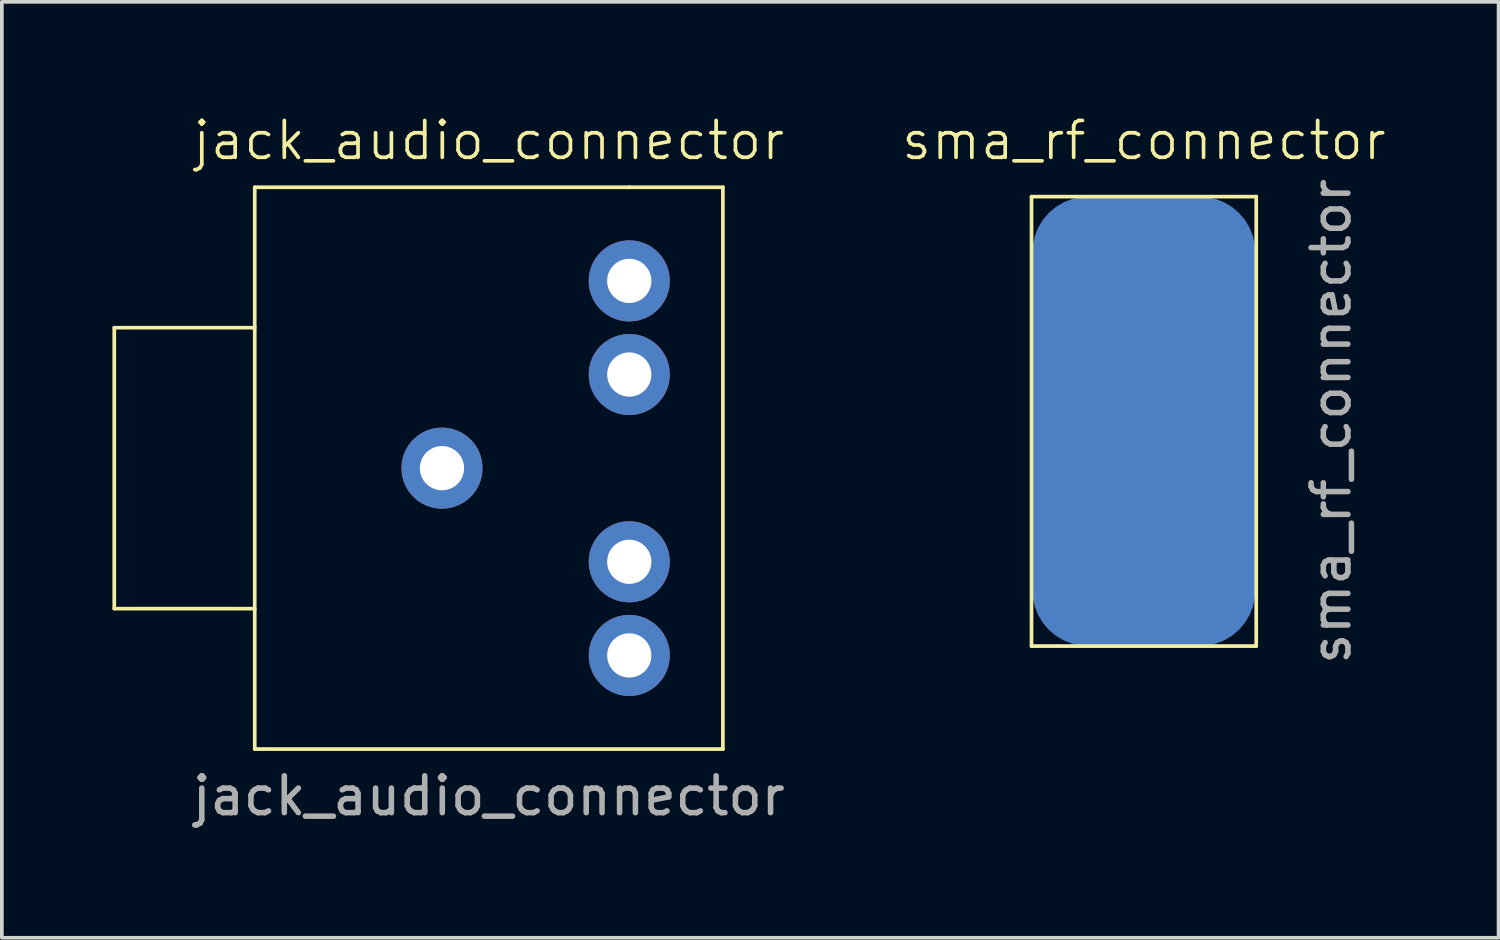
<source format=kicad_pcb>
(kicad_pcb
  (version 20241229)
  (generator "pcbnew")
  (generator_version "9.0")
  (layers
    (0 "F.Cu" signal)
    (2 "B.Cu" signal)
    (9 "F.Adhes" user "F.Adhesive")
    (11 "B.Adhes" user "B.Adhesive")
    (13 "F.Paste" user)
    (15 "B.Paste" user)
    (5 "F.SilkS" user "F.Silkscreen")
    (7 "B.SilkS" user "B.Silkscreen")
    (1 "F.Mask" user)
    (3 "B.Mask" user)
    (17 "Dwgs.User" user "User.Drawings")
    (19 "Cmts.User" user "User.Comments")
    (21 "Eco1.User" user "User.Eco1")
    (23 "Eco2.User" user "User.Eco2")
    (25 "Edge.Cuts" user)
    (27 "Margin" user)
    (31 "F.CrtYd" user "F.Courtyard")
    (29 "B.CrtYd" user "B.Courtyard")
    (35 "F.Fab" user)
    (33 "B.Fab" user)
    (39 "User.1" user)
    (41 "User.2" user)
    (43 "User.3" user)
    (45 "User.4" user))
  (footprint "sma_rf_connector"
    (layer "F.Cu")
    (at 27.98 8.38)
    (property "Reference" "sma_rf_connector" (at 0 -7.62 0) (unlocked yes) (layer "F.SilkS") (effects (font (size 1 1) (thickness 0.1))))
    (attr smd)
    (fp_line (start -3.048 -6.096) (end -3.048 6.096) (stroke (width 0.1) (type default)) (layer "F.SilkS"))
    (fp_line (start -3.048 6.096) (end 3.048 6.096) (stroke (width 0.1) (type default)) (layer "F.SilkS"))
    (fp_line (start 3.048 -6.096) (end -3.048 -6.096) (stroke (width 0.1) (type default)) (layer "F.SilkS"))
    (fp_line (start 3.048 6.096) (end 3.048 -6.096) (stroke (width 0.1) (type default)) (layer "F.SilkS"))
    (fp_text user "${REFERENCE}" (at 5.08 0 90) (unlocked yes) (layer "F.Fab") (effects (font (size 1 1) (thickness 0.15))))
    (pad "1" smd roundrect (at 0 0) (size 6 2.5) (layers "F.Cu" "F.Mask" "F.Paste") (roundrect_rratio 0.25))
    (pad "2" smd roundrect (at 0 0) (size 6.048 12.192) (layers "B.Cu" "B.Mask" "B.Paste") (roundrect_rratio 0.25)))
  (footprint "jack_audio_connector"
    (layer "F.Cu")
    (at 11.48 9.65)
    (property "Reference" "jack_audio_connector" (at -1.27 -8.89 0) (unlocked yes) (layer "F.SilkS") (effects (font (size 1 1) (thickness 0.1))))
    (attr smd)
    (fp_line (start -11.43 -3.81) (end -11.43 3.81) (stroke (width 0.1) (type default)) (layer "F.SilkS"))
    (fp_line (start -11.43 3.81) (end -7.62 3.81) (stroke (width 0.1) (type default)) (layer "F.SilkS"))
    (fp_line (start -7.62 -7.62) (end 2.54 -7.62) (stroke (width 0.1) (type default)) (layer "F.SilkS"))
    (fp_line (start -7.62 -3.81) (end -11.43 -3.81) (stroke (width 0.1) (type default)) (layer "F.SilkS"))
    (fp_line (start -7.62 7.62) (end -7.62 -7.62) (stroke (width 0.1) (type default)) (layer "F.SilkS"))
    (fp_line (start 2.54 -7.62) (end 5.08 -7.62) (stroke (width 0.1) (type default)) (layer "F.SilkS"))
    (fp_line (start 5.08 -7.62) (end 5.08 7.62) (stroke (width 0.1) (type default)) (layer "F.SilkS"))
    (fp_line (start 5.08 7.62) (end -7.62 7.62) (stroke (width 0.1) (type default)) (layer "F.SilkS"))
    (fp_text user "${REFERENCE}" (at -1.27 8.89 0) (unlocked yes) (layer "F.Fab") (effects (font (size 1 1) (thickness 0.15))))
    (pad "1" thru_hole circle (at 2.54 -5.08) (size 2.2 2.2) (drill 1.2) (layers "*.Cu" "*.Mask"))
    (pad "2" thru_hole circle (at 2.54 -2.54) (size 2.2 2.2) (drill 1.2) (layers "*.Cu" "*.Mask"))
    (pad "3" thru_hole circle (at 2.54 2.54) (size 2.2 2.2) (drill 1.2) (layers "*.Cu" "*.Mask"))
    (pad "4" thru_hole circle (at 2.54 5.08) (size 2.2 2.2) (drill 1.2) (layers "*.Cu" "*.Mask"))
    (pad "5" thru_hole circle (at -2.54 0) (size 2.2 2.2) (drill 1.2) (layers "*.Cu" "*.Mask")))
  (gr_rect
    (start -3 -3)
    (end 37.602 22.389)
    (stroke (width 0.1) (type default))
    (fill no)
    (layer "Edge.Cuts")))
</source>
